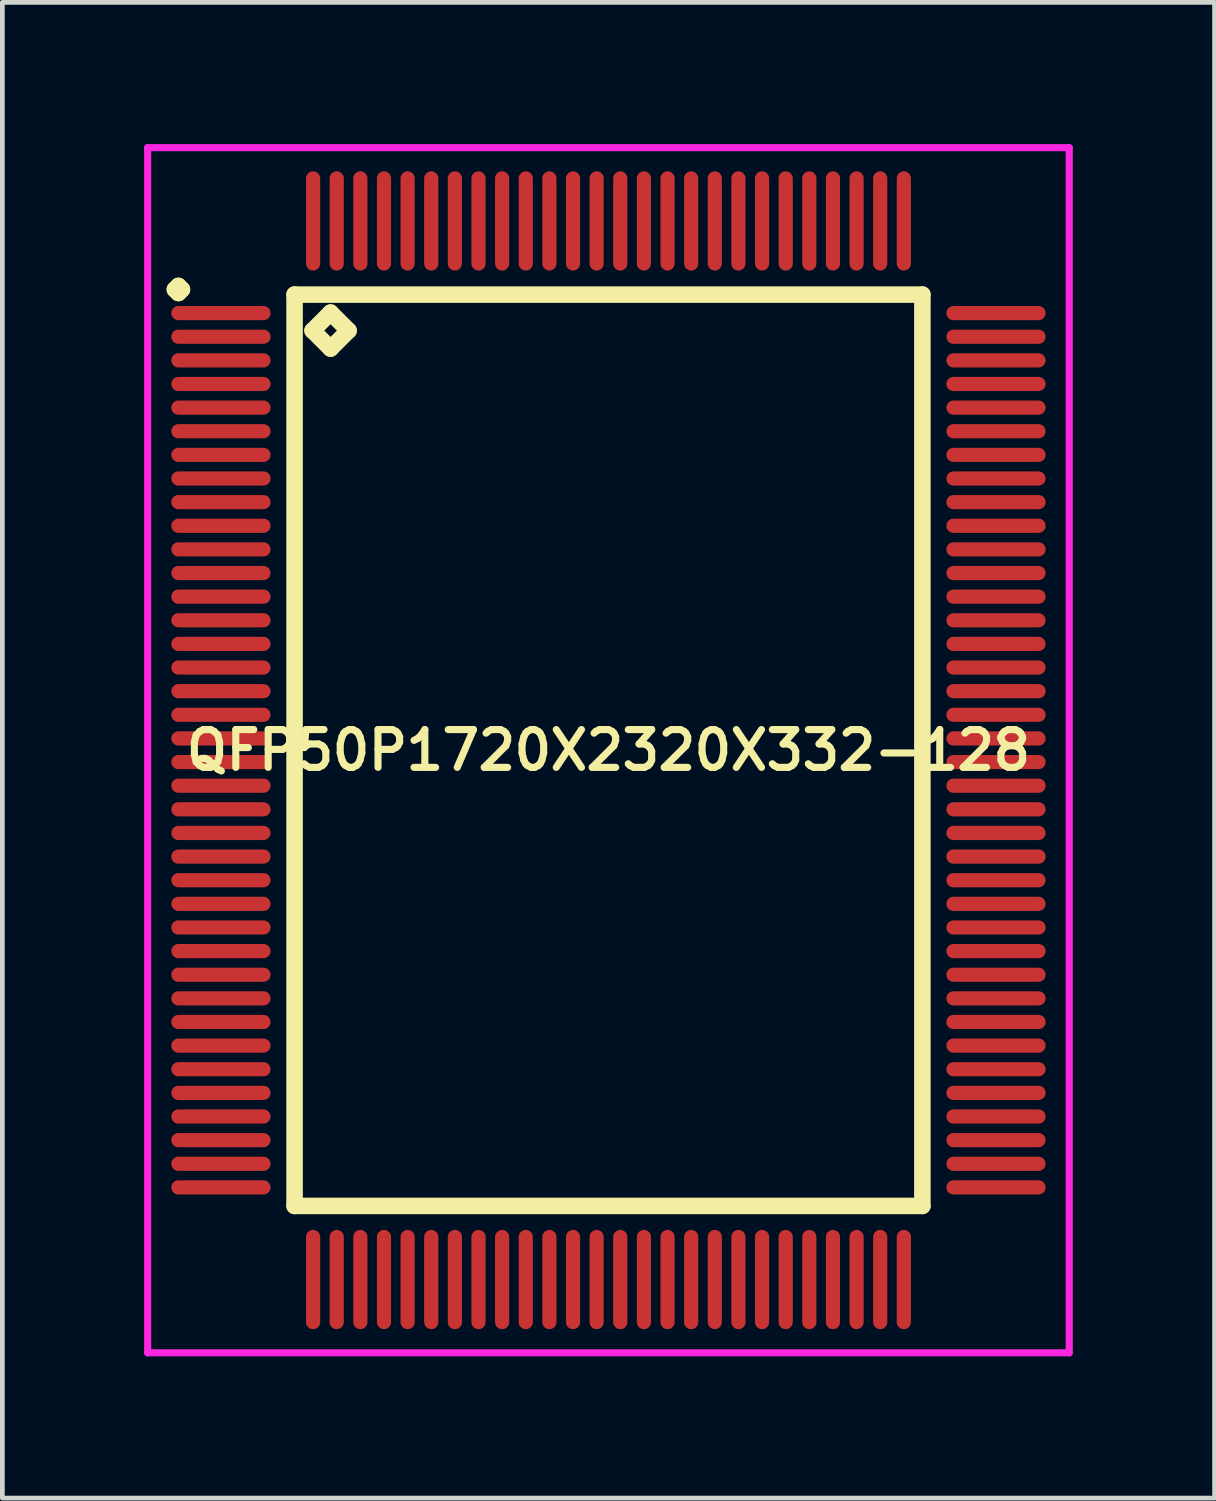
<source format=kicad_pcb>
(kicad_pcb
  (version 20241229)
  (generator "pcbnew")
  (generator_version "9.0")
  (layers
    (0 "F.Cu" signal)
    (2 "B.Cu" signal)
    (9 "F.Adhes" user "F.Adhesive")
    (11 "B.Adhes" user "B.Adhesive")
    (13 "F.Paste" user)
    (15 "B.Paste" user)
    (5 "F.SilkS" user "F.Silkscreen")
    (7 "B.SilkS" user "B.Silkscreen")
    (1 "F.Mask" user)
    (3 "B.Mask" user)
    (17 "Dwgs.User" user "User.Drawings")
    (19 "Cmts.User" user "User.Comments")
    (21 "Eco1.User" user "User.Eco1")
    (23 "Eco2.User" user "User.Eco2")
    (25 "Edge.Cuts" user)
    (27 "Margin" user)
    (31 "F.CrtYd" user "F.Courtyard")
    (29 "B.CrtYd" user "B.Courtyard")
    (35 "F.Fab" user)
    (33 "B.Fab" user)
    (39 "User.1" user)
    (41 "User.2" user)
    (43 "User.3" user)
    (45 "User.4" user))
  (footprint "QFP50P1720X2320X332-128"
    (layer "F.Cu")
    (at 9.825 12.825)
    (property "Reference" "QFP50P1720X2320X332-128" (at 0 0 0) (layer "F.SilkS") (effects (font (size 0.8 0.8) (thickness 0.15))))
    (attr smd)
    (fp_line (start -9.175 -9.75) (end -9.1 -9.825) (stroke (width 0.35) (type solid)) (layer "F.SilkS"))
    (fp_line (start -9.1 -9.825) (end -9.025 -9.75) (stroke (width 0.35) (type solid)) (layer "F.SilkS"))
    (fp_line (start -9.1 -9.675) (end -9.175 -9.75) (stroke (width 0.35) (type solid)) (layer "F.SilkS"))
    (fp_line (start -9.025 -9.75) (end -9.1 -9.675) (stroke (width 0.35) (type solid)) (layer "F.SilkS"))
    (fp_line (start -6.642 -9.642) (end -6.642 9.642) (stroke (width 0.35) (type solid)) (layer "F.SilkS"))
    (fp_line (start -6.642 9.642) (end 6.642 9.642) (stroke (width 0.35) (type solid)) (layer "F.SilkS"))
    (fp_line (start -6.261 -8.88) (end -5.88 -9.261) (stroke (width 0.35) (type solid)) (layer "F.SilkS"))
    (fp_line (start -5.88 -9.261) (end -5.499 -8.88) (stroke (width 0.35) (type solid)) (layer "F.SilkS"))
    (fp_line (start -5.88 -8.499) (end -6.261 -8.88) (stroke (width 0.35) (type solid)) (layer "F.SilkS"))
    (fp_line (start -5.499 -8.88) (end -5.88 -8.499) (stroke (width 0.35) (type solid)) (layer "F.SilkS"))
    (fp_line (start 6.642 -9.642) (end -6.642 -9.642) (stroke (width 0.35) (type solid)) (layer "F.SilkS"))
    (fp_line (start 6.642 9.642) (end 6.642 -9.642) (stroke (width 0.35) (type solid)) (layer "F.SilkS"))
    (fp_line (start -9.75 -12.75) (end 9.75 -12.75) (stroke (width 0.15) (type solid)) (layer "F.CrtYd"))
    (fp_line (start -9.75 12.75) (end -9.75 -12.75) (stroke (width 0.15) (type solid)) (layer "F.CrtYd"))
    (fp_line (start 9.75 -12.75) (end 9.75 12.75) (stroke (width 0.15) (type solid)) (layer "F.CrtYd"))
    (fp_line (start 9.75 12.75) (end -9.75 12.75) (stroke (width 0.15) (type solid)) (layer "F.CrtYd"))
    (pad "1" smd oval (at -8.2 -9.25) (size 2.1 0.3) (layers "F.Cu" "F.Mask" "F.Paste"))
    (pad "2" smd oval (at -8.2 -8.75) (size 2.1 0.3) (layers "F.Cu" "F.Mask" "F.Paste"))
    (pad "3" smd oval (at -8.2 -8.25) (size 2.1 0.3) (layers "F.Cu" "F.Mask" "F.Paste"))
    (pad "4" smd oval (at -8.2 -7.75) (size 2.1 0.3) (layers "F.Cu" "F.Mask" "F.Paste"))
    (pad "5" smd oval (at -8.2 -7.25) (size 2.1 0.3) (layers "F.Cu" "F.Mask" "F.Paste"))
    (pad "6" smd oval (at -8.2 -6.75) (size 2.1 0.3) (layers "F.Cu" "F.Mask" "F.Paste"))
    (pad "7" smd oval (at -8.2 -6.25) (size 2.1 0.3) (layers "F.Cu" "F.Mask" "F.Paste"))
    (pad "8" smd oval (at -8.2 -5.75) (size 2.1 0.3) (layers "F.Cu" "F.Mask" "F.Paste"))
    (pad "9" smd oval (at -8.2 -5.25) (size 2.1 0.3) (layers "F.Cu" "F.Mask" "F.Paste"))
    (pad "10" smd oval (at -8.2 -4.75) (size 2.1 0.3) (layers "F.Cu" "F.Mask" "F.Paste"))
    (pad "11" smd oval (at -8.2 -4.25) (size 2.1 0.3) (layers "F.Cu" "F.Mask" "F.Paste"))
    (pad "12" smd oval (at -8.2 -3.75) (size 2.1 0.3) (layers "F.Cu" "F.Mask" "F.Paste"))
    (pad "13" smd oval (at -8.2 -3.25) (size 2.1 0.3) (layers "F.Cu" "F.Mask" "F.Paste"))
    (pad "14" smd oval (at -8.2 -2.75) (size 2.1 0.3) (layers "F.Cu" "F.Mask" "F.Paste"))
    (pad "15" smd oval (at -8.2 -2.25) (size 2.1 0.3) (layers "F.Cu" "F.Mask" "F.Paste"))
    (pad "16" smd oval (at -8.2 -1.75) (size 2.1 0.3) (layers "F.Cu" "F.Mask" "F.Paste"))
    (pad "17" smd oval (at -8.2 -1.25) (size 2.1 0.3) (layers "F.Cu" "F.Mask" "F.Paste"))
    (pad "18" smd oval (at -8.2 -0.75) (size 2.1 0.3) (layers "F.Cu" "F.Mask" "F.Paste"))
    (pad "19" smd oval (at -8.2 -0.25) (size 2.1 0.3) (layers "F.Cu" "F.Mask" "F.Paste"))
    (pad "20" smd oval (at -8.2 0.25) (size 2.1 0.3) (layers "F.Cu" "F.Mask" "F.Paste"))
    (pad "21" smd oval (at -8.2 0.75) (size 2.1 0.3) (layers "F.Cu" "F.Mask" "F.Paste"))
    (pad "22" smd oval (at -8.2 1.25) (size 2.1 0.3) (layers "F.Cu" "F.Mask" "F.Paste"))
    (pad "23" smd oval (at -8.2 1.75) (size 2.1 0.3) (layers "F.Cu" "F.Mask" "F.Paste"))
    (pad "24" smd oval (at -8.2 2.25) (size 2.1 0.3) (layers "F.Cu" "F.Mask" "F.Paste"))
    (pad "25" smd oval (at -8.2 2.75) (size 2.1 0.3) (layers "F.Cu" "F.Mask" "F.Paste"))
    (pad "26" smd oval (at -8.2 3.25) (size 2.1 0.3) (layers "F.Cu" "F.Mask" "F.Paste"))
    (pad "27" smd oval (at -8.2 3.75) (size 2.1 0.3) (layers "F.Cu" "F.Mask" "F.Paste"))
    (pad "28" smd oval (at -8.2 4.25) (size 2.1 0.3) (layers "F.Cu" "F.Mask" "F.Paste"))
    (pad "29" smd oval (at -8.2 4.75) (size 2.1 0.3) (layers "F.Cu" "F.Mask" "F.Paste"))
    (pad "30" smd oval (at -8.2 5.25) (size 2.1 0.3) (layers "F.Cu" "F.Mask" "F.Paste"))
    (pad "31" smd oval (at -8.2 5.75) (size 2.1 0.3) (layers "F.Cu" "F.Mask" "F.Paste"))
    (pad "32" smd oval (at -8.2 6.25) (size 2.1 0.3) (layers "F.Cu" "F.Mask" "F.Paste"))
    (pad "33" smd oval (at -8.2 6.75) (size 2.1 0.3) (layers "F.Cu" "F.Mask" "F.Paste"))
    (pad "34" smd oval (at -8.2 7.25) (size 2.1 0.3) (layers "F.Cu" "F.Mask" "F.Paste"))
    (pad "35" smd oval (at -8.2 7.75) (size 2.1 0.3) (layers "F.Cu" "F.Mask" "F.Paste"))
    (pad "36" smd oval (at -8.2 8.25) (size 2.1 0.3) (layers "F.Cu" "F.Mask" "F.Paste"))
    (pad "37" smd oval (at -8.2 8.75) (size 2.1 0.3) (layers "F.Cu" "F.Mask" "F.Paste"))
    (pad "38" smd oval (at -8.2 9.25) (size 2.1 0.3) (layers "F.Cu" "F.Mask" "F.Paste"))
    (pad "39" smd oval (at -6.25 11.2) (size 0.3 2.1) (layers "F.Cu" "F.Mask" "F.Paste"))
    (pad "40" smd oval (at -5.75 11.2) (size 0.3 2.1) (layers "F.Cu" "F.Mask" "F.Paste"))
    (pad "41" smd oval (at -5.25 11.2) (size 0.3 2.1) (layers "F.Cu" "F.Mask" "F.Paste"))
    (pad "42" smd oval (at -4.75 11.2) (size 0.3 2.1) (layers "F.Cu" "F.Mask" "F.Paste"))
    (pad "43" smd oval (at -4.25 11.2) (size 0.3 2.1) (layers "F.Cu" "F.Mask" "F.Paste"))
    (pad "44" smd oval (at -3.75 11.2) (size 0.3 2.1) (layers "F.Cu" "F.Mask" "F.Paste"))
    (pad "45" smd oval (at -3.25 11.2) (size 0.3 2.1) (layers "F.Cu" "F.Mask" "F.Paste"))
    (pad "46" smd oval (at -2.75 11.2) (size 0.3 2.1) (layers "F.Cu" "F.Mask" "F.Paste"))
    (pad "47" smd oval (at -2.25 11.2) (size 0.3 2.1) (layers "F.Cu" "F.Mask" "F.Paste"))
    (pad "48" smd oval (at -1.75 11.2) (size 0.3 2.1) (layers "F.Cu" "F.Mask" "F.Paste"))
    (pad "49" smd oval (at -1.25 11.2) (size 0.3 2.1) (layers "F.Cu" "F.Mask" "F.Paste"))
    (pad "50" smd oval (at -0.75 11.2) (size 0.3 2.1) (layers "F.Cu" "F.Mask" "F.Paste"))
    (pad "51" smd oval (at -0.25 11.2) (size 0.3 2.1) (layers "F.Cu" "F.Mask" "F.Paste"))
    (pad "52" smd oval (at 0.25 11.2) (size 0.3 2.1) (layers "F.Cu" "F.Mask" "F.Paste"))
    (pad "53" smd oval (at 0.75 11.2) (size 0.3 2.1) (layers "F.Cu" "F.Mask" "F.Paste"))
    (pad "54" smd oval (at 1.25 11.2) (size 0.3 2.1) (layers "F.Cu" "F.Mask" "F.Paste"))
    (pad "55" smd oval (at 1.75 11.2) (size 0.3 2.1) (layers "F.Cu" "F.Mask" "F.Paste"))
    (pad "56" smd oval (at 2.25 11.2) (size 0.3 2.1) (layers "F.Cu" "F.Mask" "F.Paste"))
    (pad "57" smd oval (at 2.75 11.2) (size 0.3 2.1) (layers "F.Cu" "F.Mask" "F.Paste"))
    (pad "58" smd oval (at 3.25 11.2) (size 0.3 2.1) (layers "F.Cu" "F.Mask" "F.Paste"))
    (pad "59" smd oval (at 3.75 11.2) (size 0.3 2.1) (layers "F.Cu" "F.Mask" "F.Paste"))
    (pad "60" smd oval (at 4.25 11.2) (size 0.3 2.1) (layers "F.Cu" "F.Mask" "F.Paste"))
    (pad "61" smd oval (at 4.75 11.2) (size 0.3 2.1) (layers "F.Cu" "F.Mask" "F.Paste"))
    (pad "62" smd oval (at 5.25 11.2) (size 0.3 2.1) (layers "F.Cu" "F.Mask" "F.Paste"))
    (pad "63" smd oval (at 5.75 11.2) (size 0.3 2.1) (layers "F.Cu" "F.Mask" "F.Paste"))
    (pad "64" smd oval (at 6.25 11.2) (size 0.3 2.1) (layers "F.Cu" "F.Mask" "F.Paste"))
    (pad "65" smd oval (at 8.2 9.25) (size 2.1 0.3) (layers "F.Cu" "F.Mask" "F.Paste"))
    (pad "66" smd oval (at 8.2 8.75) (size 2.1 0.3) (layers "F.Cu" "F.Mask" "F.Paste"))
    (pad "67" smd oval (at 8.2 8.25) (size 2.1 0.3) (layers "F.Cu" "F.Mask" "F.Paste"))
    (pad "68" smd oval (at 8.2 7.75) (size 2.1 0.3) (layers "F.Cu" "F.Mask" "F.Paste"))
    (pad "69" smd oval (at 8.2 7.25) (size 2.1 0.3) (layers "F.Cu" "F.Mask" "F.Paste"))
    (pad "70" smd oval (at 8.2 6.75) (size 2.1 0.3) (layers "F.Cu" "F.Mask" "F.Paste"))
    (pad "71" smd oval (at 8.2 6.25) (size 2.1 0.3) (layers "F.Cu" "F.Mask" "F.Paste"))
    (pad "72" smd oval (at 8.2 5.75) (size 2.1 0.3) (layers "F.Cu" "F.Mask" "F.Paste"))
    (pad "73" smd oval (at 8.2 5.25) (size 2.1 0.3) (layers "F.Cu" "F.Mask" "F.Paste"))
    (pad "74" smd oval (at 8.2 4.75) (size 2.1 0.3) (layers "F.Cu" "F.Mask" "F.Paste"))
    (pad "75" smd oval (at 8.2 4.25) (size 2.1 0.3) (layers "F.Cu" "F.Mask" "F.Paste"))
    (pad "76" smd oval (at 8.2 3.75) (size 2.1 0.3) (layers "F.Cu" "F.Mask" "F.Paste"))
    (pad "77" smd oval (at 8.2 3.25) (size 2.1 0.3) (layers "F.Cu" "F.Mask" "F.Paste"))
    (pad "78" smd oval (at 8.2 2.75) (size 2.1 0.3) (layers "F.Cu" "F.Mask" "F.Paste"))
    (pad "79" smd oval (at 8.2 2.25) (size 2.1 0.3) (layers "F.Cu" "F.Mask" "F.Paste"))
    (pad "80" smd oval (at 8.2 1.75) (size 2.1 0.3) (layers "F.Cu" "F.Mask" "F.Paste"))
    (pad "81" smd oval (at 8.2 1.25) (size 2.1 0.3) (layers "F.Cu" "F.Mask" "F.Paste"))
    (pad "82" smd oval (at 8.2 0.75) (size 2.1 0.3) (layers "F.Cu" "F.Mask" "F.Paste"))
    (pad "83" smd oval (at 8.2 0.25) (size 2.1 0.3) (layers "F.Cu" "F.Mask" "F.Paste"))
    (pad "84" smd oval (at 8.2 -0.25) (size 2.1 0.3) (layers "F.Cu" "F.Mask" "F.Paste"))
    (pad "85" smd oval (at 8.2 -0.75) (size 2.1 0.3) (layers "F.Cu" "F.Mask" "F.Paste"))
    (pad "86" smd oval (at 8.2 -1.25) (size 2.1 0.3) (layers "F.Cu" "F.Mask" "F.Paste"))
    (pad "87" smd oval (at 8.2 -1.75) (size 2.1 0.3) (layers "F.Cu" "F.Mask" "F.Paste"))
    (pad "88" smd oval (at 8.2 -2.25) (size 2.1 0.3) (layers "F.Cu" "F.Mask" "F.Paste"))
    (pad "89" smd oval (at 8.2 -2.75) (size 2.1 0.3) (layers "F.Cu" "F.Mask" "F.Paste"))
    (pad "90" smd oval (at 8.2 -3.25) (size 2.1 0.3) (layers "F.Cu" "F.Mask" "F.Paste"))
    (pad "91" smd oval (at 8.2 -3.75) (size 2.1 0.3) (layers "F.Cu" "F.Mask" "F.Paste"))
    (pad "92" smd oval (at 8.2 -4.25) (size 2.1 0.3) (layers "F.Cu" "F.Mask" "F.Paste"))
    (pad "93" smd oval (at 8.2 -4.75) (size 2.1 0.3) (layers "F.Cu" "F.Mask" "F.Paste"))
    (pad "94" smd oval (at 8.2 -5.25) (size 2.1 0.3) (layers "F.Cu" "F.Mask" "F.Paste"))
    (pad "95" smd oval (at 8.2 -5.75) (size 2.1 0.3) (layers "F.Cu" "F.Mask" "F.Paste"))
    (pad "96" smd oval (at 8.2 -6.25) (size 2.1 0.3) (layers "F.Cu" "F.Mask" "F.Paste"))
    (pad "97" smd oval (at 8.2 -6.75) (size 2.1 0.3) (layers "F.Cu" "F.Mask" "F.Paste"))
    (pad "98" smd oval (at 8.2 -7.25) (size 2.1 0.3) (layers "F.Cu" "F.Mask" "F.Paste"))
    (pad "99" smd oval (at 8.2 -7.75) (size 2.1 0.3) (layers "F.Cu" "F.Mask" "F.Paste"))
    (pad "100" smd oval (at 8.2 -8.25) (size 2.1 0.3) (layers "F.Cu" "F.Mask" "F.Paste"))
    (pad "101" smd oval (at 8.2 -8.75) (size 2.1 0.3) (layers "F.Cu" "F.Mask" "F.Paste"))
    (pad "102" smd oval (at 8.2 -9.25) (size 2.1 0.3) (layers "F.Cu" "F.Mask" "F.Paste"))
    (pad "103" smd oval (at 6.25 -11.2) (size 0.3 2.1) (layers "F.Cu" "F.Mask" "F.Paste"))
    (pad "104" smd oval (at 5.75 -11.2) (size 0.3 2.1) (layers "F.Cu" "F.Mask" "F.Paste"))
    (pad "105" smd oval (at 5.25 -11.2) (size 0.3 2.1) (layers "F.Cu" "F.Mask" "F.Paste"))
    (pad "106" smd oval (at 4.75 -11.2) (size 0.3 2.1) (layers "F.Cu" "F.Mask" "F.Paste"))
    (pad "107" smd oval (at 4.25 -11.2) (size 0.3 2.1) (layers "F.Cu" "F.Mask" "F.Paste"))
    (pad "108" smd oval (at 3.75 -11.2) (size 0.3 2.1) (layers "F.Cu" "F.Mask" "F.Paste"))
    (pad "109" smd oval (at 3.25 -11.2) (size 0.3 2.1) (layers "F.Cu" "F.Mask" "F.Paste"))
    (pad "110" smd oval (at 2.75 -11.2) (size 0.3 2.1) (layers "F.Cu" "F.Mask" "F.Paste"))
    (pad "111" smd oval (at 2.25 -11.2) (size 0.3 2.1) (layers "F.Cu" "F.Mask" "F.Paste"))
    (pad "112" smd oval (at 1.75 -11.2) (size 0.3 2.1) (layers "F.Cu" "F.Mask" "F.Paste"))
    (pad "113" smd oval (at 1.25 -11.2) (size 0.3 2.1) (layers "F.Cu" "F.Mask" "F.Paste"))
    (pad "114" smd oval (at 0.75 -11.2) (size 0.3 2.1) (layers "F.Cu" "F.Mask" "F.Paste"))
    (pad "115" smd oval (at 0.25 -11.2) (size 0.3 2.1) (layers "F.Cu" "F.Mask" "F.Paste"))
    (pad "116" smd oval (at -0.25 -11.2) (size 0.3 2.1) (layers "F.Cu" "F.Mask" "F.Paste"))
    (pad "117" smd oval (at -0.75 -11.2) (size 0.3 2.1) (layers "F.Cu" "F.Mask" "F.Paste"))
    (pad "118" smd oval (at -1.25 -11.2) (size 0.3 2.1) (layers "F.Cu" "F.Mask" "F.Paste"))
    (pad "119" smd oval (at -1.75 -11.2) (size 0.3 2.1) (layers "F.Cu" "F.Mask" "F.Paste"))
    (pad "120" smd oval (at -2.25 -11.2) (size 0.3 2.1) (layers "F.Cu" "F.Mask" "F.Paste"))
    (pad "121" smd oval (at -2.75 -11.2) (size 0.3 2.1) (layers "F.Cu" "F.Mask" "F.Paste"))
    (pad "122" smd oval (at -3.25 -11.2) (size 0.3 2.1) (layers "F.Cu" "F.Mask" "F.Paste"))
    (pad "123" smd oval (at -3.75 -11.2) (size 0.3 2.1) (layers "F.Cu" "F.Mask" "F.Paste"))
    (pad "124" smd oval (at -4.25 -11.2) (size 0.3 2.1) (layers "F.Cu" "F.Mask" "F.Paste"))
    (pad "125" smd oval (at -4.75 -11.2) (size 0.3 2.1) (layers "F.Cu" "F.Mask" "F.Paste"))
    (pad "126" smd oval (at -5.25 -11.2) (size 0.3 2.1) (layers "F.Cu" "F.Mask" "F.Paste"))
    (pad "127" smd oval (at -5.75 -11.2) (size 0.3 2.1) (layers "F.Cu" "F.Mask" "F.Paste"))
    (pad "128" smd oval (at -6.25 -11.2) (size 0.3 2.1) (layers "F.Cu" "F.Mask" "F.Paste")))
  (gr_rect
    (start -3 -3)
    (end 22.65 28.65)
    (stroke (width 0.1) (type default))
    (fill no)
    (layer "Edge.Cuts")))
</source>
